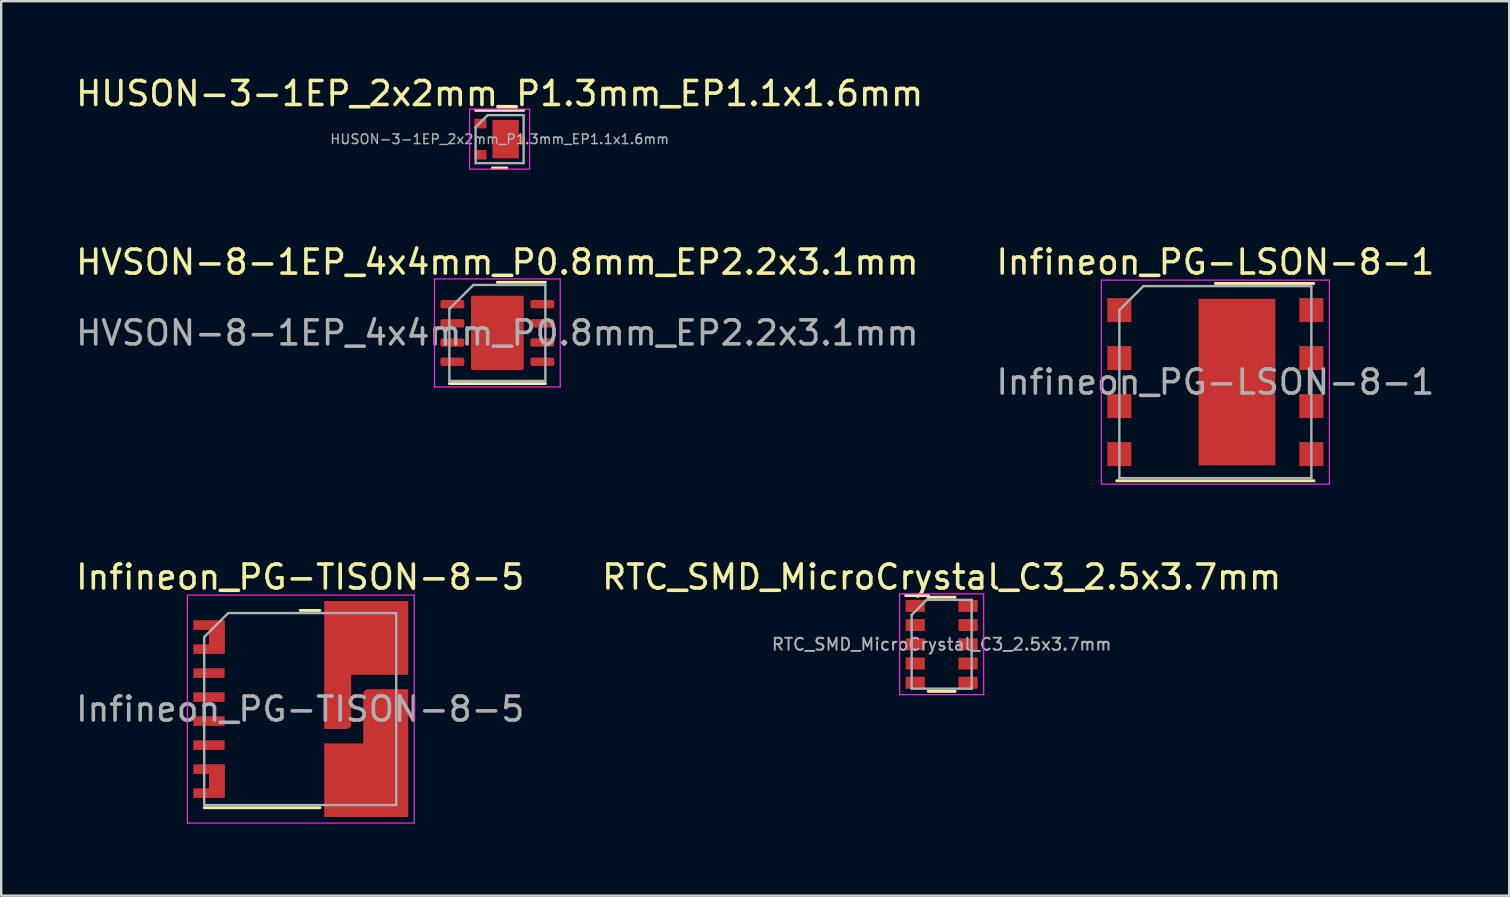
<source format=kicad_pcb>
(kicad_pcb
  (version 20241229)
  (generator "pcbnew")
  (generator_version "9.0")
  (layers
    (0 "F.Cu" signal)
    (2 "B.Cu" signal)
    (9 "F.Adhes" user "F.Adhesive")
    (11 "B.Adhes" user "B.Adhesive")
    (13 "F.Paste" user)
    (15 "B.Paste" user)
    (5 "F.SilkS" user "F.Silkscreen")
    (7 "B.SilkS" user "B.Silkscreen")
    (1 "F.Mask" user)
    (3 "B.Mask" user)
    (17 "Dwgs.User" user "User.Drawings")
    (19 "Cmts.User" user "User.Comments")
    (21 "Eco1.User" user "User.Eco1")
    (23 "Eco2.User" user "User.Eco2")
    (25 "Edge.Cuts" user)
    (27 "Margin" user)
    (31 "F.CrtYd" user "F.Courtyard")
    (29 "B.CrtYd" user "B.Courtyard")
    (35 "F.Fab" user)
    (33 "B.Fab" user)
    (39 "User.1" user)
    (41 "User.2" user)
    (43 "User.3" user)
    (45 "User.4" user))
  (footprint "HUSON-3-1EP_2x2mm_P1.3mm_EP1.1x1.6mm"
    (layer "F.Cu")
    (at 17.768 2.748)
    (property "Reference" "HUSON-3-1EP_2x2mm_P1.3mm_EP1.1x1.6mm" (at 0 -1.9 0) (layer "F.SilkS") (effects (font (size 1 1) (thickness 0.15))))
    (attr smd)
    (fp_line (start -0.3 1.2) (end 0.3 1.2) (stroke (width 0.12) (type solid)) (layer "F.SilkS"))
    (fp_line (start 1 -1.2) (end -1 -1.2) (stroke (width 0.12) (type solid)) (layer "F.SilkS"))
    (fp_line (start -1.25 -1.25) (end 1.25 -1.25) (stroke (width 0.05) (type solid)) (layer "F.CrtYd"))
    (fp_line (start -1.25 1.25) (end -1.25 -1.25) (stroke (width 0.05) (type solid)) (layer "F.CrtYd"))
    (fp_line (start 1.25 -1.25) (end 1.25 1.25) (stroke (width 0.05) (type solid)) (layer "F.CrtYd"))
    (fp_line (start 1.25 1.25) (end -1.25 1.25) (stroke (width 0.05) (type solid)) (layer "F.CrtYd"))
    (fp_line (start -1 -0.5) (end -0.5 -1) (stroke (width 0.1) (type solid)) (layer "F.Fab"))
    (fp_line (start -1 1) (end -1 -0.5) (stroke (width 0.1) (type solid)) (layer "F.Fab"))
    (fp_line (start -0.5 -1) (end 1 -1) (stroke (width 0.1) (type solid)) (layer "F.Fab"))
    (fp_line (start 1 -1) (end 1 1) (stroke (width 0.1) (type solid)) (layer "F.Fab"))
    (fp_line (start 1 1) (end -1 1) (stroke (width 0.1) (type solid)) (layer "F.Fab"))
    (fp_text user "${REFERENCE}" (at 0 0 0) (layer "F.Fab") (effects (font (size 0.4 0.4) (thickness 0.06))))
    (pad "1" smd rect (at -0.8 -0.65) (size 0.5 0.4) (layers "F.Cu" "F.Mask" "F.Paste"))
    (pad "2" smd rect (at -0.8 0.65) (size 0.5 0.4) (layers "F.Cu" "F.Mask" "F.Paste"))
    (pad "3" smd rect (at 0.25 0) (size 1.1 1.6) (layers "F.Cu" "F.Mask" "F.Paste"))
    (pad "3" smd rect (at 0.925 0) (size 0.25 0.4) (layers "F.Cu" "F.Mask" "F.Paste")))
  (footprint "HVSON-8-1EP_4x4mm_P0.8mm_EP2.2x3.1mm"
    (layer "F.Cu")
    (at 17.673 10.822)
    (property "Reference" "HVSON-8-1EP_4x4mm_P0.8mm_EP2.2x3.1mm" (at 0 -2.95 0) (layer "F.SilkS") (effects (font (size 1 1) (thickness 0.15))))
    (attr smd)
    (fp_line (start -2 2.11) (end 2 2.11) (stroke (width 0.12) (type solid)) (layer "F.SilkS"))
    (fp_line (start 0 -2.11) (end 2 -2.11) (stroke (width 0.12) (type solid)) (layer "F.SilkS"))
    (fp_line (start -2.62 -2.25) (end -2.62 2.25) (stroke (width 0.05) (type solid)) (layer "F.CrtYd"))
    (fp_line (start -2.62 2.25) (end 2.62 2.25) (stroke (width 0.05) (type solid)) (layer "F.CrtYd"))
    (fp_line (start 2.62 -2.25) (end -2.62 -2.25) (stroke (width 0.05) (type solid)) (layer "F.CrtYd"))
    (fp_line (start 2.62 2.25) (end 2.62 -2.25) (stroke (width 0.05) (type solid)) (layer "F.CrtYd"))
    (fp_line (start -2 -1) (end -1 -2) (stroke (width 0.1) (type solid)) (layer "F.Fab"))
    (fp_line (start -2 2) (end -2 -1) (stroke (width 0.1) (type solid)) (layer "F.Fab"))
    (fp_line (start -1 -2) (end 2 -2) (stroke (width 0.1) (type solid)) (layer "F.Fab"))
    (fp_line (start 2 -2) (end 2 2) (stroke (width 0.1) (type solid)) (layer "F.Fab"))
    (fp_line (start 2 2) (end -2 2) (stroke (width 0.1) (type solid)) (layer "F.Fab"))
    (fp_text user "${REFERENCE}" (at 0 0 0) (layer "F.Fab") (effects (font (size 1 1) (thickness 0.15))))
    (pad "" smd roundrect (at -0.55 -0.775) (size 0.89 1.25) (layers "F.Paste") (roundrect_rratio 0.25))
    (pad "" smd roundrect (at -0.55 0.775) (size 0.89 1.25) (layers "F.Paste") (roundrect_rratio 0.25))
    (pad "" smd roundrect (at 0.55 -0.775) (size 0.89 1.25) (layers "F.Paste") (roundrect_rratio 0.25))
    (pad "" smd roundrect (at 0.55 0.775) (size 0.89 1.25) (layers "F.Paste") (roundrect_rratio 0.25))
    (pad "1" smd roundrect (at -1.875 -1.2) (size 1 0.35) (layers "F.Cu" "F.Mask" "F.Paste") (roundrect_rratio 0.25))
    (pad "2" smd roundrect (at -1.875 -0.4) (size 1 0.35) (layers "F.Cu" "F.Mask" "F.Paste") (roundrect_rratio 0.25))
    (pad "3" smd roundrect (at -1.875 0.4) (size 1 0.35) (layers "F.Cu" "F.Mask" "F.Paste") (roundrect_rratio 0.25))
    (pad "4" smd roundrect (at -1.875 1.2) (size 1 0.35) (layers "F.Cu" "F.Mask" "F.Paste") (roundrect_rratio 0.25))
    (pad "5" smd roundrect (at 1.875 1.2) (size 1 0.35) (layers "F.Cu" "F.Mask" "F.Paste") (roundrect_rratio 0.25))
    (pad "6" smd roundrect (at 1.875 0.4) (size 1 0.35) (layers "F.Cu" "F.Mask" "F.Paste") (roundrect_rratio 0.25))
    (pad "7" smd roundrect (at 1.875 -0.4) (size 1 0.35) (layers "F.Cu" "F.Mask" "F.Paste") (roundrect_rratio 0.25))
    (pad "8" smd roundrect (at 1.875 -1.2) (size 1 0.35) (layers "F.Cu" "F.Mask" "F.Paste") (roundrect_rratio 0.25))
    (pad "9" smd roundrect (at 0 0) (size 2.2 3.1) (layers "F.Cu" "F.Mask") (roundrect_rratio 0.04)))
  (footprint "RTC_SMD_MicroCrystal_C3_2.5x3.7mm"
    (layer "F.Cu")
    (at 36.185 23.795)
    (property "Reference" "RTC_SMD_MicroCrystal_C3_2.5x3.7mm" (at 0 -2.8 0) (layer "F.SilkS") (effects (font (size 1 1) (thickness 0.15))))
    (attr smd)
    (fp_line (start -1.5 -2.03) (end -0.56 -2.03) (stroke (width 0.12) (type solid)) (layer "F.SilkS"))
    (fp_line (start -0.56 -2.03) (end -0.56 -1.96) (stroke (width 0.12) (type solid)) (layer "F.SilkS"))
    (fp_line (start -0.56 -1.96) (end 0.56 -1.96) (stroke (width 0.12) (type solid)) (layer "F.SilkS"))
    (fp_line (start -0.56 1.96) (end 0.56 1.96) (stroke (width 0.12) (type solid)) (layer "F.SilkS"))
    (fp_line (start -1.75 -2.1) (end -1.75 2.1) (stroke (width 0.05) (type solid)) (layer "F.CrtYd"))
    (fp_line (start -1.75 -2.1) (end 1.75 -2.1) (stroke (width 0.05) (type solid)) (layer "F.CrtYd"))
    (fp_line (start -1.75 2.1) (end 1.75 2.1) (stroke (width 0.05) (type solid)) (layer "F.CrtYd"))
    (fp_line (start 1.75 -2.1) (end 1.75 2.1) (stroke (width 0.05) (type solid)) (layer "F.CrtYd"))
    (fp_line (start -1.25 -1.225) (end -1.25 1.85) (stroke (width 0.1) (type solid)) (layer "F.Fab"))
    (fp_line (start -1.25 1.85) (end 1.25 1.85) (stroke (width 0.1) (type solid)) (layer "F.Fab"))
    (fp_line (start -0.625 -1.85) (end -1.25 -1.225) (stroke (width 0.1) (type solid)) (layer "F.Fab"))
    (fp_line (start -0.625 -1.85) (end 1.25 -1.85) (stroke (width 0.1) (type solid)) (layer "F.Fab"))
    (fp_line (start 1.25 -1.85) (end 1.25 1.85) (stroke (width 0.1) (type solid)) (layer "F.Fab"))
    (fp_text user "${REFERENCE}" (at 0 0 0) (layer "F.Fab") (effects (font (size 0.5 0.5) (thickness 0.08))))
    (pad "1" smd rect (at -1.1 -1.6) (size 0.8 0.5) (layers "F.Cu" "F.Mask" "F.Paste"))
    (pad "2" smd rect (at -1.1 -0.8) (size 0.8 0.5) (layers "F.Cu" "F.Mask" "F.Paste"))
    (pad "3" smd rect (at -1.1 0) (size 0.8 0.5) (layers "F.Cu" "F.Mask" "F.Paste"))
    (pad "4" smd rect (at -1.1 0.8) (size 0.8 0.5) (layers "F.Cu" "F.Mask" "F.Paste"))
    (pad "5" smd rect (at -1.1 1.6) (size 0.8 0.5) (layers "F.Cu" "F.Mask" "F.Paste"))
    (pad "6" smd rect (at 1.1 1.6) (size 0.8 0.5) (layers "F.Cu" "F.Mask" "F.Paste"))
    (pad "7" smd rect (at 1.1 0.8) (size 0.8 0.5) (layers "F.Cu" "F.Mask" "F.Paste"))
    (pad "8" smd rect (at 1.1 0) (size 0.8 0.5) (layers "F.Cu" "F.Mask" "F.Paste"))
    (pad "9" smd rect (at 1.1 -0.8) (size 0.8 0.5) (layers "F.Cu" "F.Mask" "F.Paste"))
    (pad "10" smd rect (at 1.1 -1.6) (size 0.8 0.5) (layers "F.Cu" "F.Mask" "F.Paste")))
  (footprint "Infineon_PG-LSON-8-1"
    (layer "F.Cu")
    (at 47.589 12.871)
    (property "Reference" "Infineon_PG-LSON-8-1" (at 0 -5 0) (layer "F.SilkS") (effects (font (size 1 1) (thickness 0.15))))
    (attr smd)
    (fp_line (start -4.11 4.11) (end 4.11 4.11) (stroke (width 0.12) (type solid)) (layer "F.SilkS"))
    (fp_line (start 0 -4.11) (end 4.1 -4.11) (stroke (width 0.12) (type solid)) (layer "F.SilkS"))
    (fp_line (start -4.75 -4.25) (end -4.75 4.25) (stroke (width 0.05) (type solid)) (layer "F.CrtYd"))
    (fp_line (start -4.75 -4.25) (end 4.75 -4.25) (stroke (width 0.05) (type solid)) (layer "F.CrtYd"))
    (fp_line (start -4.75 4.25) (end 4.75 4.25) (stroke (width 0.05) (type solid)) (layer "F.CrtYd"))
    (fp_line (start 4.75 -4.25) (end 4.75 4.25) (stroke (width 0.05) (type solid)) (layer "F.CrtYd"))
    (fp_line (start -4 -3) (end -4 4) (stroke (width 0.1) (type solid)) (layer "F.Fab"))
    (fp_line (start -4 4) (end 4 4) (stroke (width 0.1) (type solid)) (layer "F.Fab"))
    (fp_line (start -3 -4) (end -4 -3) (stroke (width 0.1) (type solid)) (layer "F.Fab"))
    (fp_line (start -3 -4) (end 4 -4) (stroke (width 0.1) (type solid)) (layer "F.Fab"))
    (fp_line (start 4 -4) (end 4 4) (stroke (width 0.1) (type solid)) (layer "F.Fab"))
    (fp_text user "${REFERENCE}" (at 0 0 0) (layer "F.Fab") (effects (font (size 1 1) (thickness 0.15))))
    (pad "" smd rect (at 0.15 -2.55) (size 1.2 1.4) (layers "F.Paste"))
    (pad "" smd rect (at 0.15 -0.85) (size 1.2 1.4) (layers "F.Paste"))
    (pad "" smd rect (at 0.15 0.85) (size 1.2 1.4) (layers "F.Paste"))
    (pad "" smd rect (at 0.15 2.55) (size 1.2 1.4) (layers "F.Paste"))
    (pad "" smd rect (at 1.65 -2.55) (size 1.2 1.4) (layers "F.Paste"))
    (pad "" smd rect (at 1.65 -0.85) (size 1.2 1.4) (layers "F.Paste"))
    (pad "" smd rect (at 1.65 0.85) (size 1.2 1.4) (layers "F.Paste"))
    (pad "" smd rect (at 1.65 2.55) (size 1.2 1.4) (layers "F.Paste"))
    (pad "D" smd rect (at -4 -3) (size 1 1) (layers "F.Cu" "F.Mask" "F.Paste"))
    (pad "D" smd rect (at -4 -1) (size 1 1) (layers "F.Cu" "F.Mask" "F.Paste"))
    (pad "D" smd rect (at -4 1) (size 1 1) (layers "F.Cu" "F.Mask" "F.Paste"))
    (pad "D" smd rect (at -4 3) (size 1 1) (layers "F.Cu" "F.Mask" "F.Paste"))
    (pad "G" smd rect (at 4 -3) (size 1 1) (layers "F.Cu" "F.Mask" "F.Paste"))
    (pad "S" smd rect (at 0.9 0) (size 3.2 6.94) (layers "F.Cu" "F.Mask"))
    (pad "S" smd rect (at 4 1) (size 1 1) (layers "F.Cu" "F.Mask" "F.Paste"))
    (pad "S" smd rect (at 4 3) (size 1 1) (layers "F.Cu" "F.Mask" "F.Paste"))
    (pad "SS" smd rect (at 4 -1) (size 1 1) (layers "F.Cu" "F.Mask" "F.Paste")))
  (footprint "Infineon_PG-TISON-8-5"
    (layer "F.Cu")
    (at 9.458 26.495)
    (property "Reference" "Infineon_PG-TISON-8-5" (at 0 -5.5 0) (layer "F.SilkS") (effects (font (size 1 1) (thickness 0.15))))
    (attr smd)
    (fp_line (start 0.82 -4.11) (end 0 -4.11) (stroke (width 0.12) (type solid)) (layer "F.SilkS"))
    (fp_line (start 0.82 4.11) (end -4 4.11) (stroke (width 0.12) (type solid)) (layer "F.SilkS"))
    (fp_line (start -4.7 -4.75) (end 4.75 -4.75) (stroke (width 0.05) (type solid)) (layer "F.CrtYd"))
    (fp_line (start -4.7 4.75) (end -4.7 -4.75) (stroke (width 0.05) (type solid)) (layer "F.CrtYd"))
    (fp_line (start 4.75 -4.75) (end 4.75 4.75) (stroke (width 0.05) (type solid)) (layer "F.CrtYd"))
    (fp_line (start 4.75 4.75) (end -4.7 4.75) (stroke (width 0.05) (type solid)) (layer "F.CrtYd"))
    (fp_line (start -4 -3) (end -4 4) (stroke (width 0.1) (type solid)) (layer "F.Fab"))
    (fp_line (start -3 -4) (end -4 -3) (stroke (width 0.1) (type solid)) (layer "F.Fab"))
    (fp_line (start -3 -4) (end 4 -4) (stroke (width 0.1) (type solid)) (layer "F.Fab"))
    (fp_line (start 4 -4) (end 4 4) (stroke (width 0.1) (type solid)) (layer "F.Fab"))
    (fp_line (start 4 4) (end -4 4) (stroke (width 0.1) (type solid)) (layer "F.Fab"))
    (fp_text user "${REFERENCE}" (at 0 0 0) (layer "F.Fab") (effects (font (size 1 1) (thickness 0.15))))
    (pad "" smd rect (at -3.8 -3.5) (size 1.2 0.3) (layers "F.Paste"))
    (pad "" smd rect (at -3.8 -2.5) (size 1.2 0.3) (layers "F.Paste"))
    (pad "" smd rect (at -3.8 -2.5) (size 1.2 0.3) (layers "F.Paste"))
    (pad "" smd rect (at -3.8 -1.5) (size 1.2 0.3) (layers "F.Paste"))
    (pad "" smd rect (at -3.8 -0.5) (size 1.2 0.3) (layers "F.Paste"))
    (pad "" smd rect (at -3.8 0.5) (size 1.2 0.3) (layers "F.Paste"))
    (pad "" smd rect (at -3.8 1.5) (size 1.2 0.3) (layers "F.Paste"))
    (pad "" smd rect (at -3.8 2.5) (size 1.2 0.3) (layers "F.Paste"))
    (pad "" smd rect (at -3.8 3.5) (size 1.2 0.3) (layers "F.Paste"))
    (pad "" smd rect (at -3.49 -3) (size 0.5 0.4) (layers "F.Paste"))
    (pad "" smd rect (at -3.49 3) (size 0.5 0.4) (layers "F.Paste"))
    (pad "" smd rect (at 1.561 -3.638) (size 0.7 1.225) (layers "F.Paste"))
    (pad "" smd rect (at 1.561 -1.425) (size 0.7 1.6) (layers "F.Paste"))
    (pad "" smd rect (at 1.561 0.403) (size 0.7 0.455) (layers "F.Paste"))
    (pad "" smd rect (at 1.561 1.903) (size 0.7 0.545) (layers "F.Paste"))
    (pad "" smd rect (at 1.561 3.612) (size 0.7 1.275) (layers "F.Paste"))
    (pad "" smd rect (at 2.38 2.915) (size 0.537 2.57) (layers "F.Paste"))
    (pad "" smd rect (at 2.586 -2.94) (size 0.95 2.62) (layers "F.Paste"))
    (pad "" smd rect (at 3.28 -0.375) (size 0.863 0.5) (layers "F.Paste"))
    (pad "" smd rect (at 3.28 1.425) (size 0.863 1.5) (layers "F.Paste"))
    (pad "" smd rect (at 3.28 3.612) (size 0.863 1.275) (layers "F.Paste"))
    (pad "" smd rect (at 3.486 -3.638) (size 0.45 1.225) (layers "F.Paste"))
    (pad "" smd rect (at 3.486 -1.927) (size 0.45 0.595) (layers "F.Paste"))
    (pad "" smd rect (at 4.111 -2.94) (size 0.4 2.62) (layers "F.Paste"))
    (pad "" smd rect (at 4.111 0.403) (size 0.4 2.055) (layers "F.Paste"))
    (pad "" smd rect (at 4.111 2.915) (size 0.4 2.57) (layers "F.Paste"))
    (pad "1" smd custom (at -3.47 -3) (size 0.66 1.4) (layers "F.Cu" "F.Mask") (options (anchor rect)) (primitives (gr_poly (pts (xy 0.33 -0.7) (xy 0.33 0.7) (xy -0.98 0.7) (xy -0.98 0.3) (xy -0.33 0.3) (xy -0.33 -0.3) (xy -0.98 -0.3) (xy -0.98 -0.7)) (width 0) (fill yes))))
    (pad "2" smd rect (at -3.8 -1.5) (size 1.3 0.4) (layers "F.Cu" "F.Mask"))
    (pad "3" smd rect (at -3.8 -0.5) (size 1.3 0.4) (layers "F.Cu" "F.Mask"))
    (pad "4" smd rect (at -3.8 0.5) (size 1.3 0.4) (layers "F.Cu" "F.Mask"))
    (pad "5" smd rect (at -3.8 1.5) (size 1.3 0.4) (layers "F.Cu" "F.Mask"))
    (pad "6" smd custom (at -3.47 3) (size 0.66 1.4) (layers "F.Cu" "F.Mask") (options (anchor rect)) (primitives (gr_poly (pts (xy 0.33 -0.7) (xy 0.33 0.7) (xy -0.98 0.7) (xy -0.98 0.3) (xy -0.33 0.3) (xy -0.33 -0.3) (xy -0.98 -0.3) (xy -0.98 -0.7)) (width 0) (fill yes))))
    (pad "7" smd custom (at 2.75 2.965) (size 3.5 3.07) (layers "F.Cu" "F.Mask") (options (anchor rect)) (primitives (gr_poly (pts (xy -0.125 -3.595) (xy 0.075 -3.795) (xy 1.75 -3.795) (xy 1.75 -1.535) (xy -0.125 -1.535)) (width 0) (fill yes)) (gr_circle (center 0.075 -3.595) (end 0.275 -3.595) (width 0) (fill yes))))
    (pad "8" smd custom (at 2.75 -2.965) (size 3.5 3.07) (layers "F.Cu" "F.Mask") (options (anchor rect)) (primitives (gr_poly (pts (xy -1.75 1.535) (xy -0.625 1.535) (xy -0.625 3.595) (xy -0.825 3.795) (xy -1.75 3.795)) (width 0) (fill yes)) (gr_circle (center -0.825 3.595) (end -0.625 3.595) (width 0) (fill yes)))))
  (gr_rect
    (start -3 -3)
    (end 59.833 34.27)
    (stroke (width 0.1) (type default))
    (fill no)
    (layer "Edge.Cuts")))
</source>
